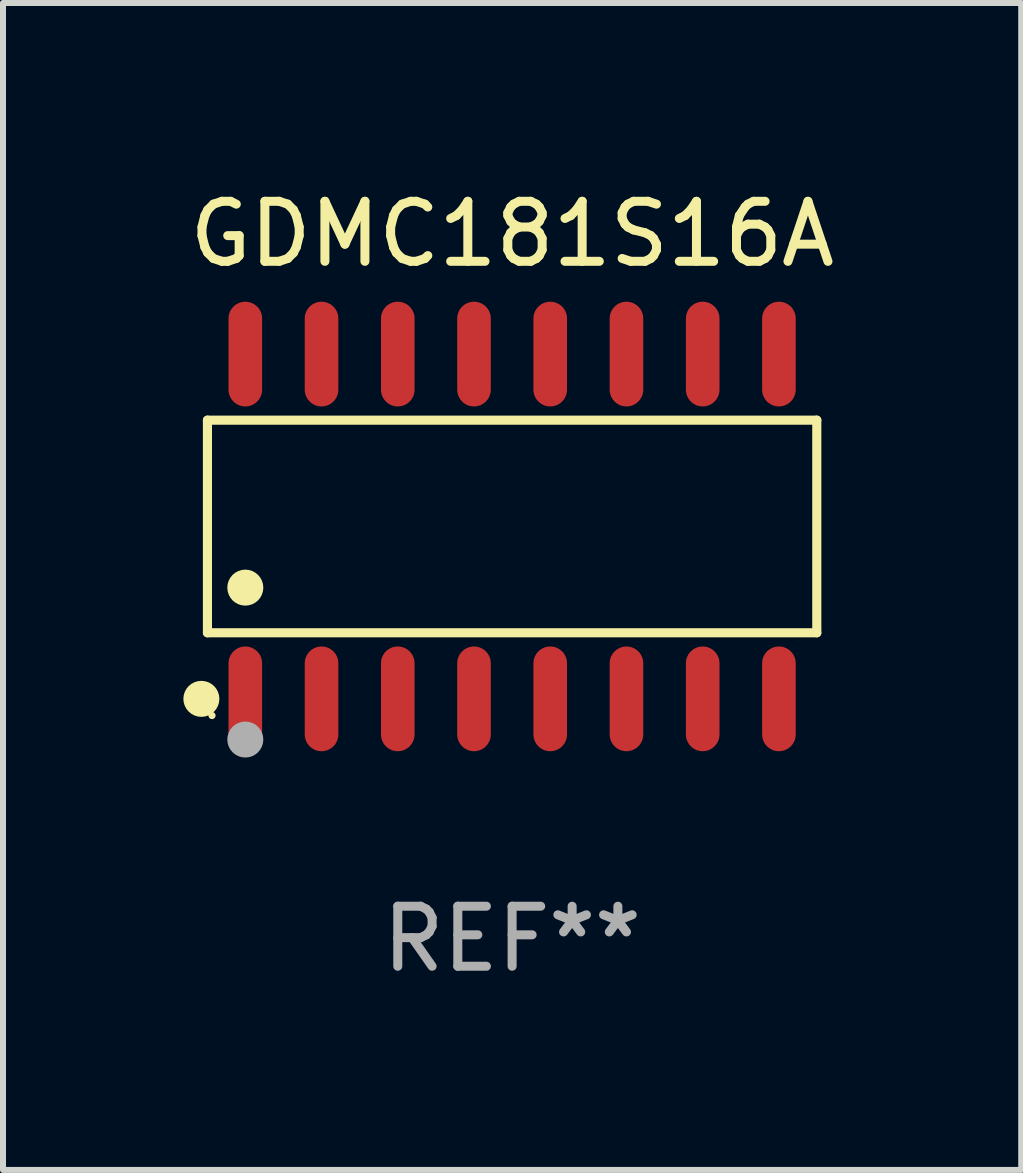
<source format=kicad_pcb>
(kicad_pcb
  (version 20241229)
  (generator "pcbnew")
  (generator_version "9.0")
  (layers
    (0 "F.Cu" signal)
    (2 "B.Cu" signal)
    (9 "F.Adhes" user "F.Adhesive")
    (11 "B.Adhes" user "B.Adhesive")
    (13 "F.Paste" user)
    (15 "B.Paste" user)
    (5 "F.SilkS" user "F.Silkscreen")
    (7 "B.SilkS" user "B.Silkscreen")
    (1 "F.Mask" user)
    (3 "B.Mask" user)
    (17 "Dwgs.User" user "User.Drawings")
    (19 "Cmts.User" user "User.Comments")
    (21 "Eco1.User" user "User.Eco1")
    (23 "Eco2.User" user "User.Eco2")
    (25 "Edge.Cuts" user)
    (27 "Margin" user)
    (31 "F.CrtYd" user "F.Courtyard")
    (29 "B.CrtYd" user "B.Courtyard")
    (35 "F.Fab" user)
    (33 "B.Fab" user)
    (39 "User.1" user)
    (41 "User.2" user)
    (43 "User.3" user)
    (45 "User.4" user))
  (footprint "GDMC181S16A"
    (layer "F.Cu")
    (at 5.482 5.721)
    (property "Reference" "GDMC181S16A" (at 0 -4.872 0) (layer "F.SilkS") (effects (font (size 1 1) (thickness 0.15))))
    (attr through_hole)
    (fp_line (start -5.076 -1.771) (end 5.076 -1.771) (stroke (width 0.152) (type solid)) (layer "F.SilkS"))
    (fp_line (start -5.076 1.771) (end -5.076 -1.771) (stroke (width 0.152) (type solid)) (layer "F.SilkS"))
    (fp_line (start 5.076 -1.771) (end 5.076 1.771) (stroke (width 0.152) (type solid)) (layer "F.SilkS"))
    (fp_line (start 5.076 1.771) (end -5.076 1.771) (stroke (width 0.152) (type solid)) (layer "F.SilkS"))
    (fp_circle (center -5.177 2.872) (end -5.027 2.872) (stroke (width 0.3) (type solid)) (fill no) (layer "F.SilkS"))
    (fp_circle (center -5 3.15) (end -4.97 3.15) (stroke (width 0.06) (type solid)) (fill no) (layer "F.SilkS"))
    (fp_circle (center -4.445 1.019) (end -4.295 1.019) (stroke (width 0.3) (type solid)) (fill no) (layer "F.SilkS"))
    (fp_circle (center -4.445 3.55) (end -4.295 3.55) (stroke (width 0.3) (type solid)) (fill no) (layer "F.Fab"))
    (fp_text user "REF**" (at 0 6.872 0) (layer "F.Fab") (effects (font (size 1 1) (thickness 0.15))))
    (pad "1" smd oval (at -4.445 2.872) (size 0.56 1.745) (layers "F.Cu" "F.Mask" "F.Paste"))
    (pad "2" smd oval (at -3.175 2.872) (size 0.56 1.745) (layers "F.Cu" "F.Mask" "F.Paste"))
    (pad "3" smd oval (at -1.905 2.872) (size 0.56 1.745) (layers "F.Cu" "F.Mask" "F.Paste"))
    (pad "4" smd oval (at -0.635 2.872) (size 0.56 1.745) (layers "F.Cu" "F.Mask" "F.Paste"))
    (pad "5" smd oval (at 0.635 2.872) (size 0.56 1.745) (layers "F.Cu" "F.Mask" "F.Paste"))
    (pad "6" smd oval (at 1.905 2.872) (size 0.56 1.745) (layers "F.Cu" "F.Mask" "F.Paste"))
    (pad "7" smd oval (at 3.175 2.872) (size 0.56 1.745) (layers "F.Cu" "F.Mask" "F.Paste"))
    (pad "8" smd oval (at 4.445 2.872) (size 0.56 1.745) (layers "F.Cu" "F.Mask" "F.Paste"))
    (pad "9" smd oval (at 4.445 -2.872) (size 0.56 1.745) (layers "F.Cu" "F.Mask" "F.Paste"))
    (pad "10" smd oval (at 3.175 -2.872) (size 0.56 1.745) (layers "F.Cu" "F.Mask" "F.Paste"))
    (pad "11" smd oval (at 1.905 -2.872) (size 0.56 1.745) (layers "F.Cu" "F.Mask" "F.Paste"))
    (pad "12" smd oval (at 0.635 -2.872) (size 0.56 1.745) (layers "F.Cu" "F.Mask" "F.Paste"))
    (pad "13" smd oval (at -0.635 -2.872) (size 0.56 1.745) (layers "F.Cu" "F.Mask" "F.Paste"))
    (pad "14" smd oval (at -1.905 -2.872) (size 0.56 1.745) (layers "F.Cu" "F.Mask" "F.Paste"))
    (pad "15" smd oval (at -3.175 -2.872) (size 0.56 1.745) (layers "F.Cu" "F.Mask" "F.Paste"))
    (pad "16" smd oval (at -4.445 -2.872) (size 0.56 1.745) (layers "F.Cu" "F.Mask" "F.Paste")))
  (gr_rect
    (start -3 -3)
    (end 13.964 16.441)
    (stroke (width 0.1) (type default))
    (fill no)
    (layer "Edge.Cuts")))
</source>
